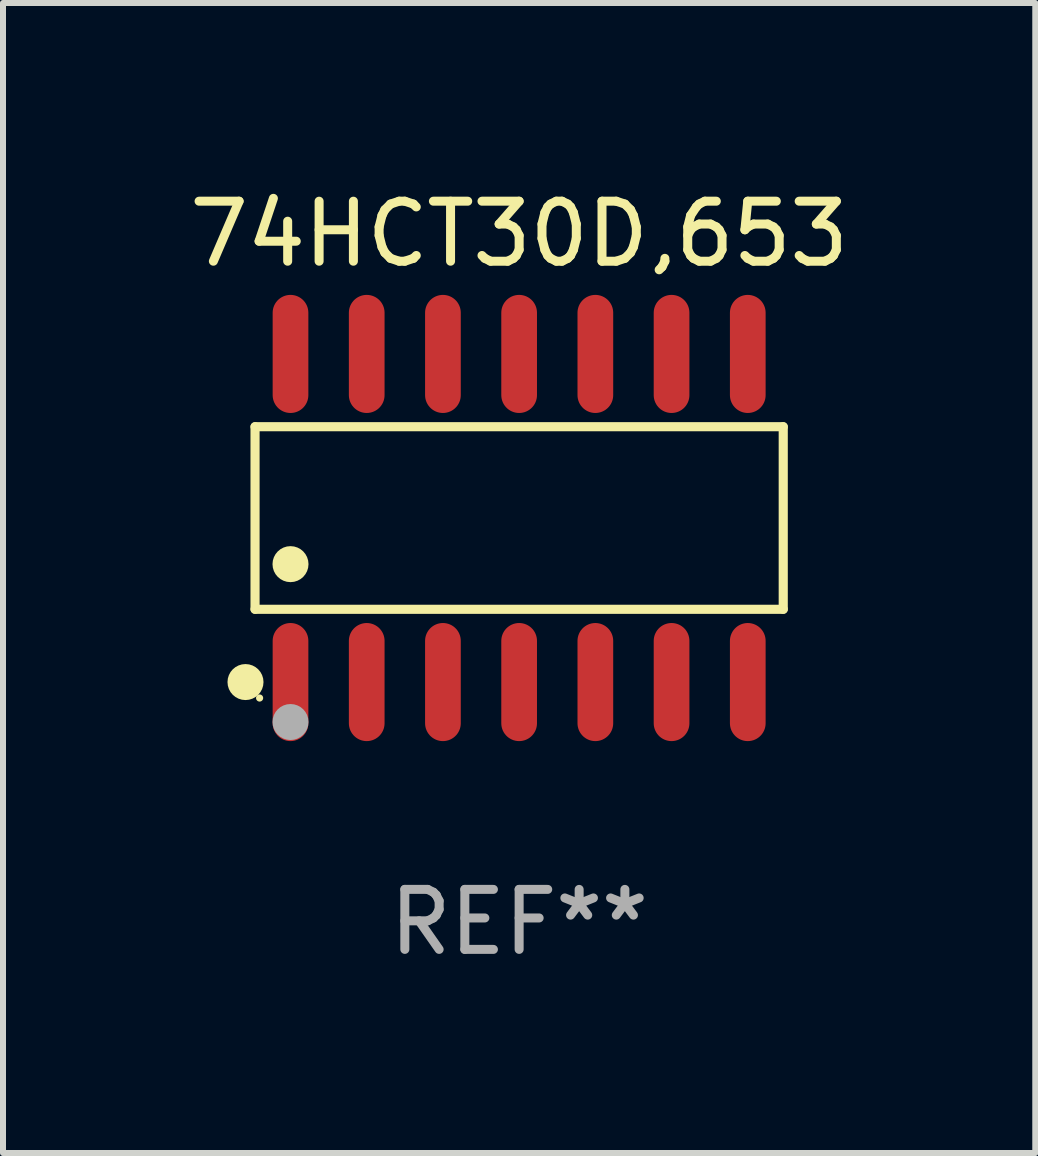
<source format=kicad_pcb>
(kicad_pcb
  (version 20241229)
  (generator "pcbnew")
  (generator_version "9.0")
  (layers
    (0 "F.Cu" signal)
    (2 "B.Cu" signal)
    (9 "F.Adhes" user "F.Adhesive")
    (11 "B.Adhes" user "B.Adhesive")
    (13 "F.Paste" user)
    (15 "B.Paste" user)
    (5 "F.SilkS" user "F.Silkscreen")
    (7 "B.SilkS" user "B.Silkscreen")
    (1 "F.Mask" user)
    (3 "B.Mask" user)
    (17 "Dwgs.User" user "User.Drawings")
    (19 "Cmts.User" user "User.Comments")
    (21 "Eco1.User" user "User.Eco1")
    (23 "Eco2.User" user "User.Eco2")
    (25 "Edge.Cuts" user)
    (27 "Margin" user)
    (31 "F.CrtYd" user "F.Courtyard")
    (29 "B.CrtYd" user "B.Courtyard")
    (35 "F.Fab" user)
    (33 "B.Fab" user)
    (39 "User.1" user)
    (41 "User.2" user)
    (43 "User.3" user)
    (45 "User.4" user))
  (footprint "74HCT30D,653"
    (layer "F.Cu")
    (at 5.601 5.582)
    (property "Reference" "74HCT30D,653" (at 0 -4.734 0) (layer "F.SilkS") (effects (font (size 1 1) (thickness 0.15))))
    (attr through_hole)
    (fp_line (start -4.401 -1.521) (end 4.401 -1.521) (stroke (width 0.152) (type solid)) (layer "F.SilkS"))
    (fp_line (start -4.401 1.521) (end -4.401 -1.521) (stroke (width 0.152) (type solid)) (layer "F.SilkS"))
    (fp_line (start 4.401 -1.521) (end 4.401 1.521) (stroke (width 0.152) (type solid)) (layer "F.SilkS"))
    (fp_line (start 4.401 1.521) (end -4.401 1.521) (stroke (width 0.152) (type solid)) (layer "F.SilkS"))
    (fp_circle (center -4.56 2.734) (end -4.41 2.734) (stroke (width 0.3) (type solid)) (fill no) (layer "F.SilkS"))
    (fp_circle (center -4.325 3) (end -4.295 3) (stroke (width 0.06) (type solid)) (fill no) (layer "F.SilkS"))
    (fp_circle (center -3.81 0.769) (end -3.66 0.769) (stroke (width 0.3) (type solid)) (fill no) (layer "F.SilkS"))
    (fp_circle (center -3.81 3.4) (end -3.66 3.4) (stroke (width 0.3) (type solid)) (fill no) (layer "F.Fab"))
    (fp_text user "REF**" (at 0 6.734 0) (layer "F.Fab") (effects (font (size 1 1) (thickness 0.15))))
    (pad "1" smd oval (at -3.81 2.734) (size 0.595 1.968) (layers "F.Cu" "F.Mask" "F.Paste"))
    (pad "2" smd oval (at -2.54 2.734) (size 0.595 1.968) (layers "F.Cu" "F.Mask" "F.Paste"))
    (pad "3" smd oval (at -1.27 2.734) (size 0.595 1.968) (layers "F.Cu" "F.Mask" "F.Paste"))
    (pad "4" smd oval (at 0 2.734) (size 0.595 1.968) (layers "F.Cu" "F.Mask" "F.Paste"))
    (pad "5" smd oval (at 1.27 2.734) (size 0.595 1.968) (layers "F.Cu" "F.Mask" "F.Paste"))
    (pad "6" smd oval (at 2.54 2.734) (size 0.595 1.968) (layers "F.Cu" "F.Mask" "F.Paste"))
    (pad "7" smd oval (at 3.81 2.734) (size 0.595 1.968) (layers "F.Cu" "F.Mask" "F.Paste"))
    (pad "8" smd oval (at 3.81 -2.734) (size 0.595 1.968) (layers "F.Cu" "F.Mask" "F.Paste"))
    (pad "9" smd oval (at 2.54 -2.734) (size 0.595 1.968) (layers "F.Cu" "F.Mask" "F.Paste"))
    (pad "10" smd oval (at 1.27 -2.734) (size 0.595 1.968) (layers "F.Cu" "F.Mask" "F.Paste"))
    (pad "11" smd oval (at 0 -2.734) (size 0.595 1.968) (layers "F.Cu" "F.Mask" "F.Paste"))
    (pad "12" smd oval (at -1.27 -2.734) (size 0.595 1.968) (layers "F.Cu" "F.Mask" "F.Paste"))
    (pad "13" smd oval (at -2.54 -2.734) (size 0.595 1.968) (layers "F.Cu" "F.Mask" "F.Paste"))
    (pad "14" smd oval (at -3.81 -2.734) (size 0.595 1.968) (layers "F.Cu" "F.Mask" "F.Paste")))
  (gr_rect
    (start -3 -3)
    (end 14.202 16.164)
    (stroke (width 0.1) (type default))
    (fill no)
    (layer "Edge.Cuts")))
</source>
